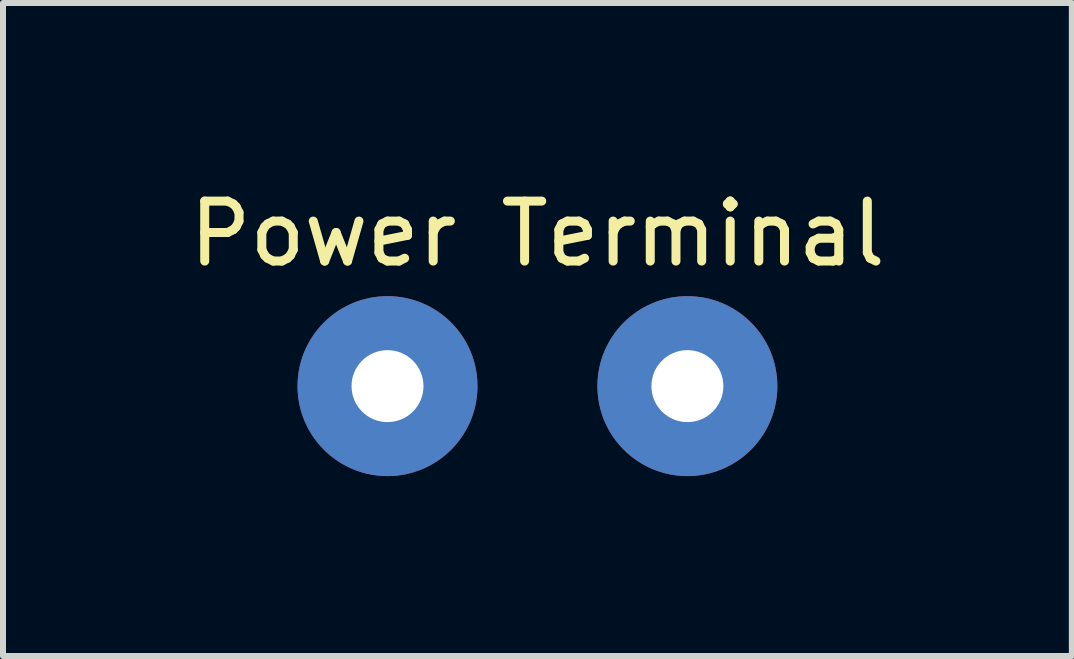
<source format=kicad_pcb>
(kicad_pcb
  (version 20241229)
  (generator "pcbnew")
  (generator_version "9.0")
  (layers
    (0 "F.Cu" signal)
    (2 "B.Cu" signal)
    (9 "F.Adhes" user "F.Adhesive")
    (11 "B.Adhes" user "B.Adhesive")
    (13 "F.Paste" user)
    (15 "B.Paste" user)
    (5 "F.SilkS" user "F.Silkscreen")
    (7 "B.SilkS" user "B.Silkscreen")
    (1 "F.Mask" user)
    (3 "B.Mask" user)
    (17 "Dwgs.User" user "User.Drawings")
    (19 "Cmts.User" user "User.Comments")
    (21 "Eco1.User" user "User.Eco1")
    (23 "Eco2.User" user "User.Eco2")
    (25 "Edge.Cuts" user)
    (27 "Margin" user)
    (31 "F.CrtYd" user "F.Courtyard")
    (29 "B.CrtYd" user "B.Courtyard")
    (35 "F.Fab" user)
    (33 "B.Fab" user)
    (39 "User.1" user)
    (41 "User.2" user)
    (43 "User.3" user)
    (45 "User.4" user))
  (footprint "Power Terminal"
    (layer "F.Cu")
    (at 5.911 3.388)
    (property "Reference" "Power Terminal" (at 0 -2.54 0) (layer "F.SilkS") (effects (font (size 1 1) (thickness 0.15))))
    (attr through_hole)
    (pad "1" thru_hole circle (at -2.5 0) (size 3 3) (drill 1.2) (layers "*.Cu" "*.Mask"))
    (pad "2" thru_hole circle (at 2.5 0) (size 3 3) (drill 1.2) (layers "*.Cu" "*.Mask")))
  (gr_rect
    (start -3 -3)
    (end 14.821 7.888)
    (stroke (width 0.1) (type default))
    (fill no)
    (layer "Edge.Cuts")))
</source>
